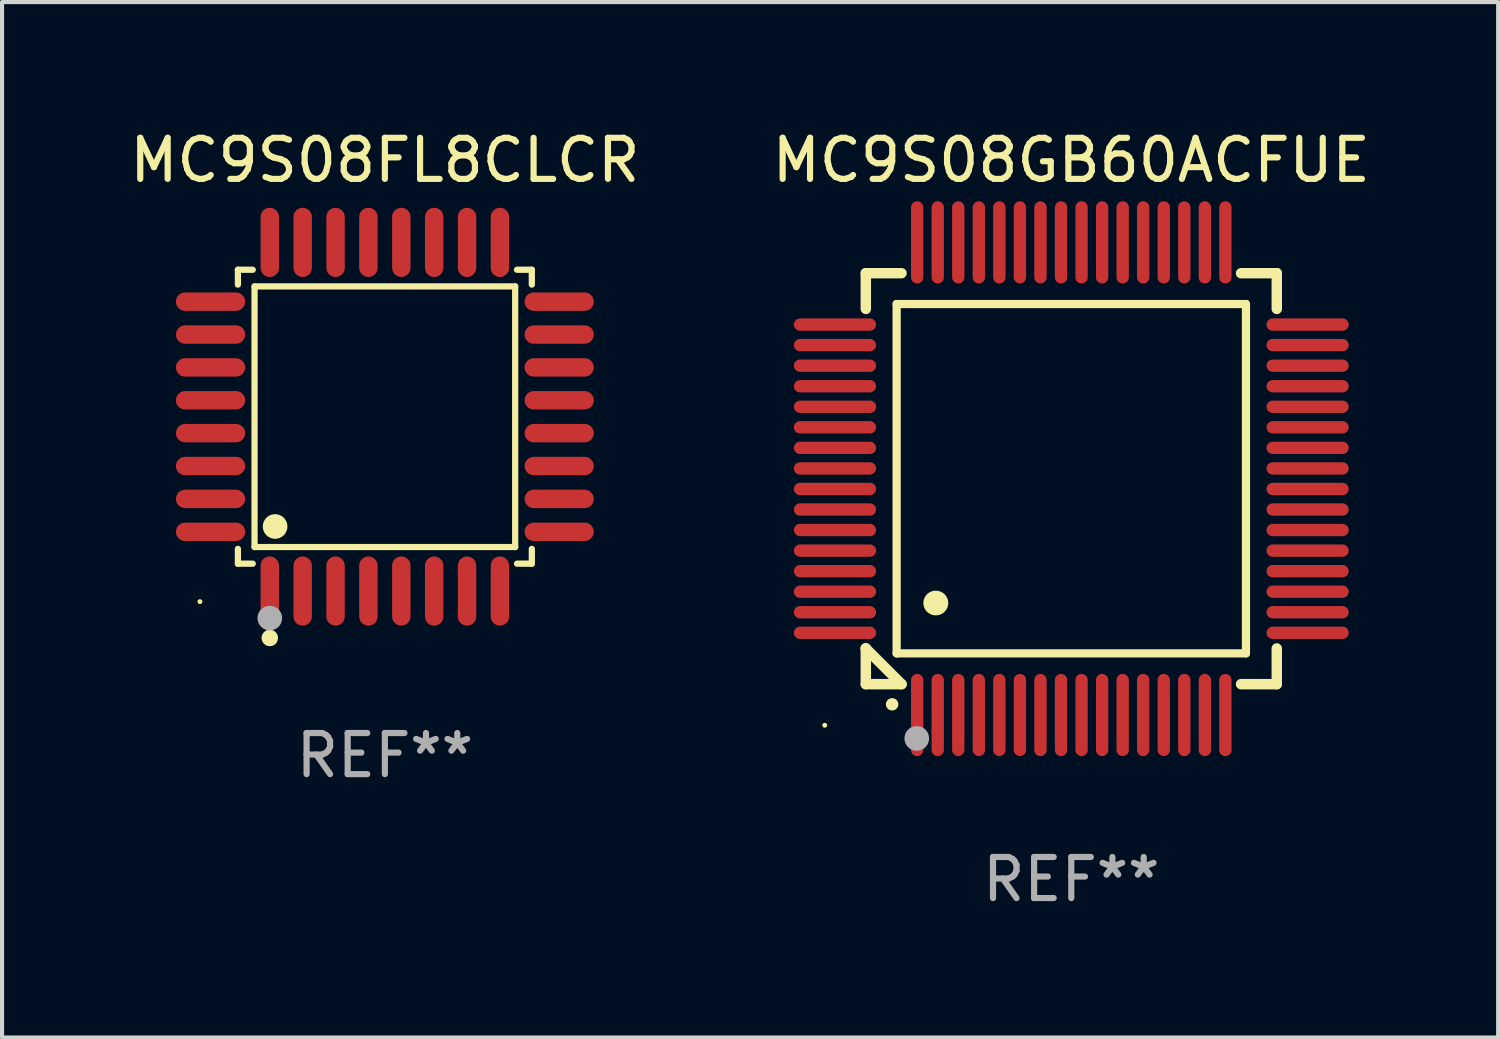
<source format=kicad_pcb>
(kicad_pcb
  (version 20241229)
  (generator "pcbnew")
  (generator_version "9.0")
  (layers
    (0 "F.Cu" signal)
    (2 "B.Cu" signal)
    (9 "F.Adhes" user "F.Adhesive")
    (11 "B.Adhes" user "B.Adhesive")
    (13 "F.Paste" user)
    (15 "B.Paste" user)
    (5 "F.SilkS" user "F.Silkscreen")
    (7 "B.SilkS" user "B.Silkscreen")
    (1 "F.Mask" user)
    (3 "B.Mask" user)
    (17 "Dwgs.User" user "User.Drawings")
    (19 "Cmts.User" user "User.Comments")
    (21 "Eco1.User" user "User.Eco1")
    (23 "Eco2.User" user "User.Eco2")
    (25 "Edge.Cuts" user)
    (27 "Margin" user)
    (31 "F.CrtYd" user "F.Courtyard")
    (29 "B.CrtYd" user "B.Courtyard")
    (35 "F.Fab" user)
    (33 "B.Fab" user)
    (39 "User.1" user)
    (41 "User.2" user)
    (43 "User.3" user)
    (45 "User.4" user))
  (footprint "MC9S08FL8CLCR"
    (layer "F.Cu")
    (at 6.315 7.09)
    (property "Reference" "MC9S08FL8CLCR" (at 0 -6.242 0) (layer "F.SilkS") (effects (font (size 1 1) (thickness 0.15))))
    (attr through_hole)
    (fp_line (start -3.576 -3.576) (end -3.215 -3.576) (stroke (width 0.152) (type solid)) (layer "F.SilkS"))
    (fp_line (start -3.576 -3.215) (end -3.576 -3.576) (stroke (width 0.152) (type solid)) (layer "F.SilkS"))
    (fp_line (start -3.576 3.215) (end -3.576 3.576) (stroke (width 0.152) (type solid)) (layer "F.SilkS"))
    (fp_line (start -3.576 3.576) (end -3.215 3.576) (stroke (width 0.152) (type solid)) (layer "F.SilkS"))
    (fp_line (start -3.171 -3.171) (end 3.171 -3.171) (stroke (width 0.152) (type solid)) (layer "F.SilkS"))
    (fp_line (start -3.171 3.171) (end -3.171 -3.171) (stroke (width 0.152) (type solid)) (layer "F.SilkS"))
    (fp_line (start 3.171 -3.171) (end 3.171 3.171) (stroke (width 0.152) (type solid)) (layer "F.SilkS"))
    (fp_line (start 3.171 3.171) (end -3.171 3.171) (stroke (width 0.152) (type solid)) (layer "F.SilkS"))
    (fp_line (start 3.576 -3.576) (end 3.215 -3.576) (stroke (width 0.152) (type solid)) (layer "F.SilkS"))
    (fp_line (start 3.576 -3.215) (end 3.576 -3.576) (stroke (width 0.152) (type solid)) (layer "F.SilkS"))
    (fp_line (start 3.576 3.215) (end 3.576 3.576) (stroke (width 0.152) (type solid)) (layer "F.SilkS"))
    (fp_line (start 3.576 3.576) (end 3.215 3.576) (stroke (width 0.152) (type solid)) (layer "F.SilkS"))
    (fp_circle (center -4.5 4.5) (end -4.47 4.5) (stroke (width 0.06) (type solid)) (fill no) (layer "F.SilkS"))
    (fp_circle (center -2.8 5.384) (end -2.7 5.384) (stroke (width 0.2) (type solid)) (fill no) (layer "F.SilkS"))
    (fp_circle (center -2.671 2.671) (end -2.521 2.671) (stroke (width 0.3) (type solid)) (fill no) (layer "F.SilkS"))
    (fp_circle (center -2.8 4.9) (end -2.65 4.9) (stroke (width 0.3) (type solid)) (fill no) (layer "F.Fab"))
    (fp_text user "REF**" (at 0 8.242 0) (layer "F.Fab") (effects (font (size 1 1) (thickness 0.15))))
    (pad "1" smd oval (at -2.8 4.242) (size 0.448 1.684) (layers "F.Cu" "F.Mask" "F.Paste"))
    (pad "2" smd oval (at -2 4.242) (size 0.448 1.684) (layers "F.Cu" "F.Mask" "F.Paste"))
    (pad "3" smd oval (at -1.2 4.242) (size 0.448 1.684) (layers "F.Cu" "F.Mask" "F.Paste"))
    (pad "4" smd oval (at -0.4 4.242) (size 0.448 1.684) (layers "F.Cu" "F.Mask" "F.Paste"))
    (pad "5" smd oval (at 0.4 4.242) (size 0.448 1.684) (layers "F.Cu" "F.Mask" "F.Paste"))
    (pad "6" smd oval (at 1.2 4.242) (size 0.448 1.684) (layers "F.Cu" "F.Mask" "F.Paste"))
    (pad "7" smd oval (at 2 4.242) (size 0.448 1.684) (layers "F.Cu" "F.Mask" "F.Paste"))
    (pad "8" smd oval (at 2.8 4.242) (size 0.448 1.684) (layers "F.Cu" "F.Mask" "F.Paste"))
    (pad "9" smd oval (at 4.242 2.8) (size 1.684 0.448) (layers "F.Cu" "F.Mask" "F.Paste"))
    (pad "10" smd oval (at 4.242 2) (size 1.684 0.448) (layers "F.Cu" "F.Mask" "F.Paste"))
    (pad "11" smd oval (at 4.242 1.2) (size 1.684 0.448) (layers "F.Cu" "F.Mask" "F.Paste"))
    (pad "12" smd oval (at 4.242 0.4) (size 1.684 0.448) (layers "F.Cu" "F.Mask" "F.Paste"))
    (pad "13" smd oval (at 4.242 -0.4) (size 1.684 0.448) (layers "F.Cu" "F.Mask" "F.Paste"))
    (pad "14" smd oval (at 4.242 -1.2) (size 1.684 0.448) (layers "F.Cu" "F.Mask" "F.Paste"))
    (pad "15" smd oval (at 4.242 -2) (size 1.684 0.448) (layers "F.Cu" "F.Mask" "F.Paste"))
    (pad "16" smd oval (at 4.242 -2.8) (size 1.684 0.448) (layers "F.Cu" "F.Mask" "F.Paste"))
    (pad "17" smd oval (at 2.8 -4.242) (size 0.448 1.684) (layers "F.Cu" "F.Mask" "F.Paste"))
    (pad "18" smd oval (at 2 -4.242) (size 0.448 1.684) (layers "F.Cu" "F.Mask" "F.Paste"))
    (pad "19" smd oval (at 1.2 -4.242) (size 0.448 1.684) (layers "F.Cu" "F.Mask" "F.Paste"))
    (pad "20" smd oval (at 0.4 -4.242) (size 0.448 1.684) (layers "F.Cu" "F.Mask" "F.Paste"))
    (pad "21" smd oval (at -0.4 -4.242) (size 0.448 1.684) (layers "F.Cu" "F.Mask" "F.Paste"))
    (pad "22" smd oval (at -1.2 -4.242) (size 0.448 1.684) (layers "F.Cu" "F.Mask" "F.Paste"))
    (pad "23" smd oval (at -2 -4.242) (size 0.448 1.684) (layers "F.Cu" "F.Mask" "F.Paste"))
    (pad "24" smd oval (at -2.8 -4.242) (size 0.448 1.684) (layers "F.Cu" "F.Mask" "F.Paste"))
    (pad "25" smd oval (at -4.242 -2.8) (size 1.684 0.448) (layers "F.Cu" "F.Mask" "F.Paste"))
    (pad "26" smd oval (at -4.242 -2) (size 1.684 0.448) (layers "F.Cu" "F.Mask" "F.Paste"))
    (pad "27" smd oval (at -4.242 -1.2) (size 1.684 0.448) (layers "F.Cu" "F.Mask" "F.Paste"))
    (pad "28" smd oval (at -4.242 -0.4) (size 1.684 0.448) (layers "F.Cu" "F.Mask" "F.Paste"))
    (pad "29" smd oval (at -4.242 0.4) (size 1.684 0.448) (layers "F.Cu" "F.Mask" "F.Paste"))
    (pad "30" smd oval (at -4.242 1.2) (size 1.684 0.448) (layers "F.Cu" "F.Mask" "F.Paste"))
    (pad "31" smd oval (at -4.242 2) (size 1.684 0.448) (layers "F.Cu" "F.Mask" "F.Paste"))
    (pad "32" smd oval (at -4.242 2.8) (size 1.684 0.448) (layers "F.Cu" "F.Mask" "F.Paste")))
  (footprint "MC9S08GB60ACFUE"
    (layer "F.Cu")
    (at 23.018 8.598)
    (property "Reference" "MC9S08GB60ACFUE" (at 0 -7.75 0) (layer "F.SilkS") (effects (font (size 1 1) (thickness 0.15))))
    (attr through_hole)
    (fp_line (start -5 -5) (end -4.131 -5) (stroke (width 0.254) (type solid)) (layer "F.SilkS"))
    (fp_line (start -5 -4.131) (end -5 -5) (stroke (width 0.254) (type solid)) (layer "F.SilkS"))
    (fp_line (start -5 4.131) (end -5 4.131) (stroke (width 0.254) (type solid)) (layer "F.SilkS"))
    (fp_line (start -5 5) (end -5 4.131) (stroke (width 0.254) (type solid)) (layer "F.SilkS"))
    (fp_line (start -5 4.131) (end -4.131 5) (stroke (width 0.254) (type solid)) (layer "F.SilkS"))
    (fp_line (start -4.25 -4.25) (end -4.25 4.25) (stroke (width 0.2) (type solid)) (layer "F.SilkS"))
    (fp_line (start -4.25 4.25) (end 4.25 4.25) (stroke (width 0.2) (type solid)) (layer "F.SilkS"))
    (fp_line (start -4.131 5) (end -5 5) (stroke (width 0.254) (type solid)) (layer "F.SilkS"))
    (fp_line (start 4.25 -4.25) (end -4.25 -4.25) (stroke (width 0.2) (type solid)) (layer "F.SilkS"))
    (fp_line (start 4.25 4.25) (end 4.25 -4.25) (stroke (width 0.2) (type solid)) (layer "F.SilkS"))
    (fp_line (start 5 -5) (end 4.131 -5) (stroke (width 0.254) (type solid)) (layer "F.SilkS"))
    (fp_line (start 5 -5) (end 5 -4.131) (stroke (width 0.254) (type solid)) (layer "F.SilkS"))
    (fp_line (start 5 4.131) (end 5 5) (stroke (width 0.254) (type solid)) (layer "F.SilkS"))
    (fp_line (start 5 5) (end 4.131 5) (stroke (width 0.254) (type solid)) (layer "F.SilkS"))
    (fp_arc (start -4.361265 5.489992) (mid -4.359995 5.489987) (end -4.358725 5.489992) (stroke (width 0.3) (type solid)) (layer "F.SilkS"))
    (fp_arc (start -3.299467 3.025146) (mid -3.296927 3.025135) (end -3.294387 3.025146) (stroke (width 0.6) (type solid)) (layer "F.SilkS"))
    (fp_circle (center -6 6) (end -5.97 6) (stroke (width 0.06) (type solid)) (fill no) (layer "F.SilkS"))
    (fp_circle (center -3.76 6.32) (end -3.61 6.32) (stroke (width 0.3) (type solid)) (fill no) (layer "F.Fab"))
    (fp_text user "REF**" (at 0 9.75 0) (layer "F.Fab") (effects (font (size 1 1) (thickness 0.15))))
    (pad "1" smd oval (at -3.75 5.75) (size 0.3 2) (layers "F.Cu" "F.Mask" "F.Paste"))
    (pad "2" smd oval (at -3.25 5.75) (size 0.3 2) (layers "F.Cu" "F.Mask" "F.Paste"))
    (pad "3" smd oval (at -2.75 5.75) (size 0.3 2) (layers "F.Cu" "F.Mask" "F.Paste"))
    (pad "4" smd oval (at -2.25 5.75) (size 0.3 2) (layers "F.Cu" "F.Mask" "F.Paste"))
    (pad "5" smd oval (at -1.75 5.75) (size 0.3 2) (layers "F.Cu" "F.Mask" "F.Paste"))
    (pad "6" smd oval (at -1.25 5.75) (size 0.3 2) (layers "F.Cu" "F.Mask" "F.Paste"))
    (pad "7" smd oval (at -0.75 5.75) (size 0.3 2) (layers "F.Cu" "F.Mask" "F.Paste"))
    (pad "8" smd oval (at -0.25 5.75) (size 0.3 2) (layers "F.Cu" "F.Mask" "F.Paste"))
    (pad "9" smd oval (at 0.25 5.75) (size 0.3 2) (layers "F.Cu" "F.Mask" "F.Paste"))
    (pad "10" smd oval (at 0.75 5.75) (size 0.3 2) (layers "F.Cu" "F.Mask" "F.Paste"))
    (pad "11" smd oval (at 1.25 5.75) (size 0.3 2) (layers "F.Cu" "F.Mask" "F.Paste"))
    (pad "12" smd oval (at 1.75 5.75) (size 0.3 2) (layers "F.Cu" "F.Mask" "F.Paste"))
    (pad "13" smd oval (at 2.25 5.75) (size 0.3 2) (layers "F.Cu" "F.Mask" "F.Paste"))
    (pad "14" smd oval (at 2.75 5.75) (size 0.3 2) (layers "F.Cu" "F.Mask" "F.Paste"))
    (pad "15" smd oval (at 3.25 5.75) (size 0.3 2) (layers "F.Cu" "F.Mask" "F.Paste"))
    (pad "16" smd oval (at 3.75 5.75) (size 0.3 2) (layers "F.Cu" "F.Mask" "F.Paste"))
    (pad "17" smd oval (at 5.75 3.75) (size 2 0.3) (layers "F.Cu" "F.Mask" "F.Paste"))
    (pad "18" smd oval (at 5.75 3.25) (size 2 0.3) (layers "F.Cu" "F.Mask" "F.Paste"))
    (pad "19" smd oval (at 5.75 2.75) (size 2 0.3) (layers "F.Cu" "F.Mask" "F.Paste"))
    (pad "20" smd oval (at 5.75 2.25) (size 2 0.3) (layers "F.Cu" "F.Mask" "F.Paste"))
    (pad "21" smd oval (at 5.75 1.75) (size 2 0.3) (layers "F.Cu" "F.Mask" "F.Paste"))
    (pad "22" smd oval (at 5.75 1.25) (size 2 0.3) (layers "F.Cu" "F.Mask" "F.Paste"))
    (pad "23" smd oval (at 5.75 0.75) (size 2 0.3) (layers "F.Cu" "F.Mask" "F.Paste"))
    (pad "24" smd oval (at 5.75 0.25) (size 2 0.3) (layers "F.Cu" "F.Mask" "F.Paste"))
    (pad "25" smd oval (at 5.75 -0.25) (size 2 0.3) (layers "F.Cu" "F.Mask" "F.Paste"))
    (pad "26" smd oval (at 5.75 -0.75) (size 2 0.3) (layers "F.Cu" "F.Mask" "F.Paste"))
    (pad "27" smd oval (at 5.75 -1.25) (size 2 0.3) (layers "F.Cu" "F.Mask" "F.Paste"))
    (pad "28" smd oval (at 5.75 -1.75) (size 2 0.3) (layers "F.Cu" "F.Mask" "F.Paste"))
    (pad "29" smd oval (at 5.75 -2.25) (size 2 0.3) (layers "F.Cu" "F.Mask" "F.Paste"))
    (pad "30" smd oval (at 5.75 -2.75) (size 2 0.3) (layers "F.Cu" "F.Mask" "F.Paste"))
    (pad "31" smd oval (at 5.75 -3.25) (size 2 0.3) (layers "F.Cu" "F.Mask" "F.Paste"))
    (pad "32" smd oval (at 5.75 -3.75) (size 2 0.3) (layers "F.Cu" "F.Mask" "F.Paste"))
    (pad "33" smd oval (at 3.75 -5.75) (size 0.3 2) (layers "F.Cu" "F.Mask" "F.Paste"))
    (pad "34" smd oval (at 3.25 -5.75) (size 0.3 2) (layers "F.Cu" "F.Mask" "F.Paste"))
    (pad "35" smd oval (at 2.75 -5.75) (size 0.3 2) (layers "F.Cu" "F.Mask" "F.Paste"))
    (pad "36" smd oval (at 2.25 -5.75) (size 0.3 2) (layers "F.Cu" "F.Mask" "F.Paste"))
    (pad "37" smd oval (at 1.75 -5.75) (size 0.3 2) (layers "F.Cu" "F.Mask" "F.Paste"))
    (pad "38" smd oval (at 1.25 -5.75) (size 0.3 2) (layers "F.Cu" "F.Mask" "F.Paste"))
    (pad "39" smd oval (at 0.75 -5.75) (size 0.3 2) (layers "F.Cu" "F.Mask" "F.Paste"))
    (pad "40" smd oval (at 0.25 -5.75) (size 0.3 2) (layers "F.Cu" "F.Mask" "F.Paste"))
    (pad "41" smd oval (at -0.25 -5.75) (size 0.3 2) (layers "F.Cu" "F.Mask" "F.Paste"))
    (pad "42" smd oval (at -0.75 -5.75) (size 0.3 2) (layers "F.Cu" "F.Mask" "F.Paste"))
    (pad "43" smd oval (at -1.25 -5.75) (size 0.3 2) (layers "F.Cu" "F.Mask" "F.Paste"))
    (pad "44" smd oval (at -1.75 -5.75) (size 0.3 2) (layers "F.Cu" "F.Mask" "F.Paste"))
    (pad "45" smd oval (at -2.25 -5.75) (size 0.3 2) (layers "F.Cu" "F.Mask" "F.Paste"))
    (pad "46" smd oval (at -2.75 -5.75) (size 0.3 2) (layers "F.Cu" "F.Mask" "F.Paste"))
    (pad "47" smd oval (at -3.25 -5.75) (size 0.3 2) (layers "F.Cu" "F.Mask" "F.Paste"))
    (pad "48" smd oval (at -3.75 -5.75) (size 0.3 2) (layers "F.Cu" "F.Mask" "F.Paste"))
    (pad "49" smd oval (at -5.75 -3.75) (size 2 0.3) (layers "F.Cu" "F.Mask" "F.Paste"))
    (pad "50" smd oval (at -5.75 -3.25) (size 2 0.3) (layers "F.Cu" "F.Mask" "F.Paste"))
    (pad "51" smd oval (at -5.75 -2.75) (size 2 0.3) (layers "F.Cu" "F.Mask" "F.Paste"))
    (pad "52" smd oval (at -5.75 -2.25) (size 2 0.3) (layers "F.Cu" "F.Mask" "F.Paste"))
    (pad "53" smd oval (at -5.75 -1.75) (size 2 0.3) (layers "F.Cu" "F.Mask" "F.Paste"))
    (pad "54" smd oval (at -5.75 -1.25) (size 2 0.3) (layers "F.Cu" "F.Mask" "F.Paste"))
    (pad "55" smd oval (at -5.75 -0.75) (size 2 0.3) (layers "F.Cu" "F.Mask" "F.Paste"))
    (pad "56" smd oval (at -5.75 -0.25) (size 2 0.3) (layers "F.Cu" "F.Mask" "F.Paste"))
    (pad "57" smd oval (at -5.75 0.25) (size 2 0.3) (layers "F.Cu" "F.Mask" "F.Paste"))
    (pad "58" smd oval (at -5.75 0.75) (size 2 0.3) (layers "F.Cu" "F.Mask" "F.Paste"))
    (pad "59" smd oval (at -5.75 1.25) (size 2 0.3) (layers "F.Cu" "F.Mask" "F.Paste"))
    (pad "60" smd oval (at -5.75 1.75) (size 2 0.3) (layers "F.Cu" "F.Mask" "F.Paste"))
    (pad "61" smd oval (at -5.75 2.25) (size 2 0.3) (layers "F.Cu" "F.Mask" "F.Paste"))
    (pad "62" smd oval (at -5.75 2.75) (size 2 0.3) (layers "F.Cu" "F.Mask" "F.Paste"))
    (pad "63" smd oval (at -5.75 3.25) (size 2 0.3) (layers "F.Cu" "F.Mask" "F.Paste"))
    (pad "64" smd oval (at -5.75 3.75) (size 2 0.3) (layers "F.Cu" "F.Mask" "F.Paste")))
  (gr_rect
    (start -3 -3)
    (end 33.405 22.196)
    (stroke (width 0.1) (type default))
    (fill no)
    (layer "Edge.Cuts")))
</source>
